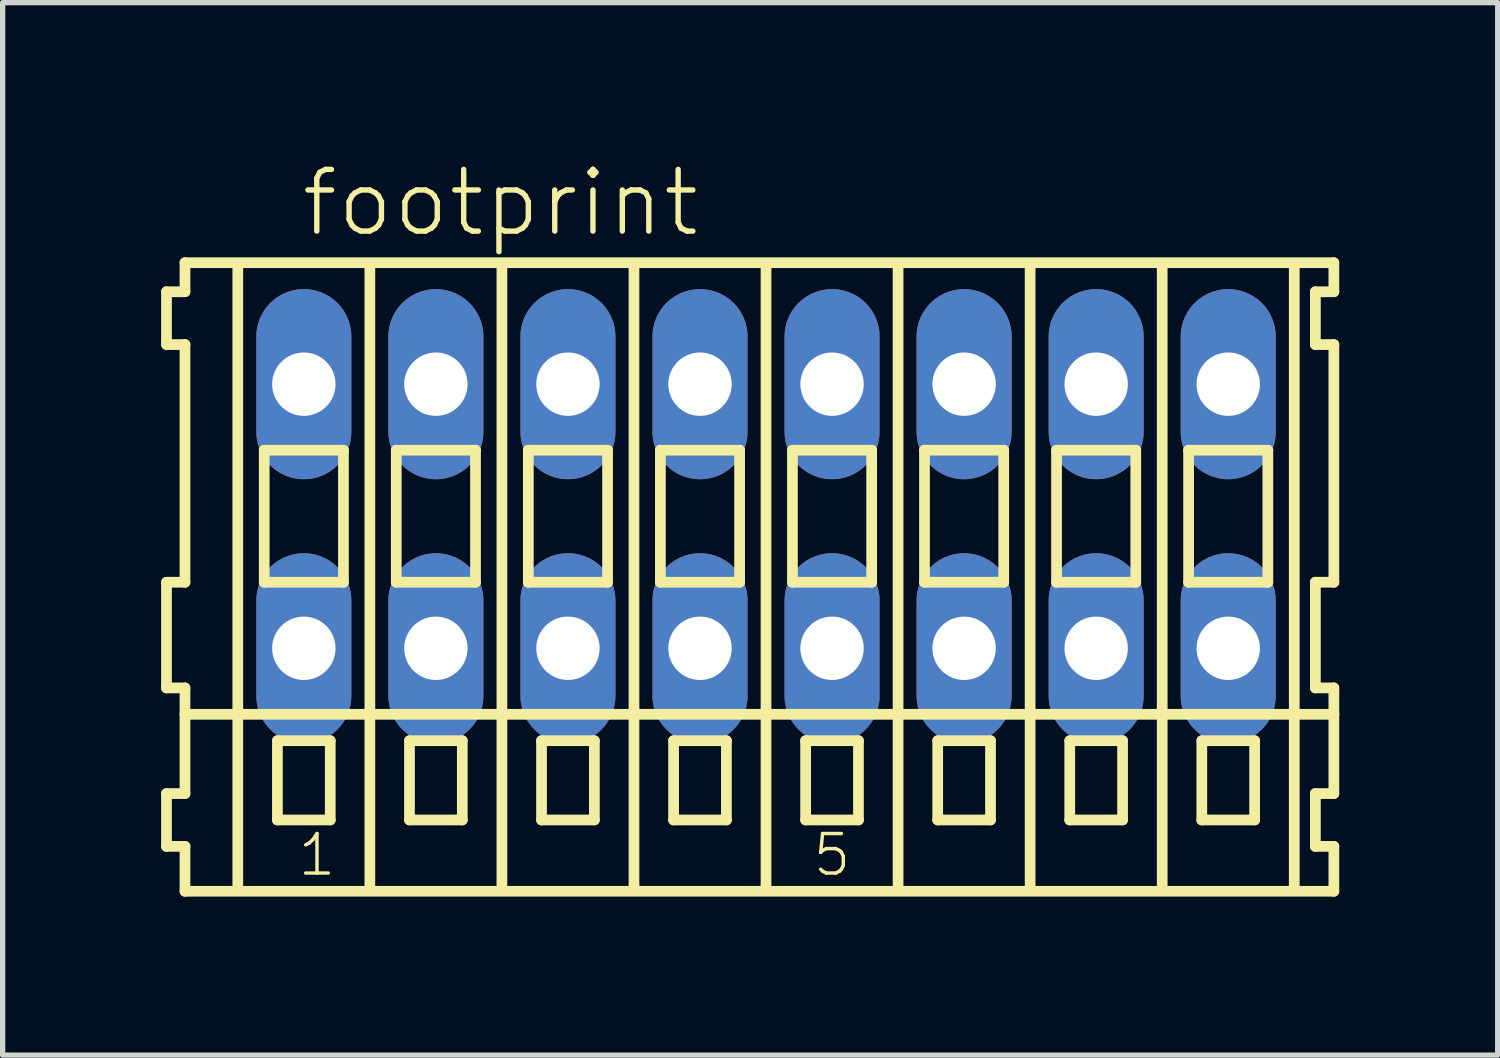
<source format=kicad_pcb>
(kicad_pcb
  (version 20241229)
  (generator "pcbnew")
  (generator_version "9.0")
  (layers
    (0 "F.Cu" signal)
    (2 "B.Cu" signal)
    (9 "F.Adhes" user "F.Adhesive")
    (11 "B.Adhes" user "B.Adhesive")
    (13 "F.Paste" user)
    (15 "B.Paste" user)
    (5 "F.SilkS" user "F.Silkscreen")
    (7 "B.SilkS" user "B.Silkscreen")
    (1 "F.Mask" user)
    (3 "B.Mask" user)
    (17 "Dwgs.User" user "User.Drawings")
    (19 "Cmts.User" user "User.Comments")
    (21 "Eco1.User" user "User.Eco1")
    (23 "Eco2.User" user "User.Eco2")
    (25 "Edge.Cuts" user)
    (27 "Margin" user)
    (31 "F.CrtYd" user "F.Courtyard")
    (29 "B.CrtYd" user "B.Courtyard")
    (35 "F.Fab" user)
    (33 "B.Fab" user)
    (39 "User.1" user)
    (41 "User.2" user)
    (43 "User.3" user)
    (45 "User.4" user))
  (footprint "footprint"
    (layer "F.Cu")
    (at 11.452 6.723)
    (property "Reference" "footprint" (at -8.85 -5.25 0) (layer "F.SilkS") (effects (font (size 1.168 1.168) (thickness 0.102)) (justify left bottom)))
    (fp_line (start -11.35 -4.25) (end -11.35 -3.25) (stroke (width 0.203) (type solid)) (layer "F.SilkS"))
    (fp_line (start -11.35 -3.25) (end -11 -3.25) (stroke (width 0.203) (type solid)) (layer "F.SilkS"))
    (fp_line (start -11.35 1.25) (end -11.35 3.25) (stroke (width 0.203) (type solid)) (layer "F.SilkS"))
    (fp_line (start -11.35 3.25) (end -11 3.25) (stroke (width 0.203) (type solid)) (layer "F.SilkS"))
    (fp_line (start -11.35 5.25) (end -11.35 6.25) (stroke (width 0.203) (type solid)) (layer "F.SilkS"))
    (fp_line (start -11.35 6.25) (end -11 6.25) (stroke (width 0.203) (type solid)) (layer "F.SilkS"))
    (fp_line (start -11 -4.8) (end -11 -4.25) (stroke (width 0.203) (type solid)) (layer "F.SilkS"))
    (fp_line (start -11 -4.25) (end -11.35 -4.25) (stroke (width 0.203) (type solid)) (layer "F.SilkS"))
    (fp_line (start -11 -3.25) (end -11 1.25) (stroke (width 0.203) (type solid)) (layer "F.SilkS"))
    (fp_line (start -11 1.25) (end -11.35 1.25) (stroke (width 0.203) (type solid)) (layer "F.SilkS"))
    (fp_line (start -11 3.25) (end -11 5.25) (stroke (width 0.203) (type solid)) (layer "F.SilkS"))
    (fp_line (start -11 3.75) (end 10.75 3.75) (stroke (width 0.203) (type solid)) (layer "F.SilkS"))
    (fp_line (start -11 5.25) (end -11.35 5.25) (stroke (width 0.203) (type solid)) (layer "F.SilkS"))
    (fp_line (start -11 6.25) (end -11 7.1) (stroke (width 0.203) (type solid)) (layer "F.SilkS"))
    (fp_line (start -11 7.1) (end 10.75 7.1) (stroke (width 0.203) (type solid)) (layer "F.SilkS"))
    (fp_line (start -10 -4.75) (end -10 7) (stroke (width 0.203) (type solid)) (layer "F.SilkS"))
    (fp_line (start -9.5 -1.25) (end -9.5 1.25) (stroke (width 0.203) (type solid)) (layer "F.SilkS"))
    (fp_line (start -9.5 1.25) (end -8 1.25) (stroke (width 0.203) (type solid)) (layer "F.SilkS"))
    (fp_line (start -9.25 4.25) (end -9.25 5.75) (stroke (width 0.203) (type solid)) (layer "F.SilkS"))
    (fp_line (start -9.25 5.75) (end -8.25 5.75) (stroke (width 0.203) (type solid)) (layer "F.SilkS"))
    (fp_line (start -8.25 4.25) (end -9.25 4.25) (stroke (width 0.203) (type solid)) (layer "F.SilkS"))
    (fp_line (start -8.25 5.75) (end -8.25 4.25) (stroke (width 0.203) (type solid)) (layer "F.SilkS"))
    (fp_line (start -8 -1.25) (end -9.5 -1.25) (stroke (width 0.203) (type solid)) (layer "F.SilkS"))
    (fp_line (start -8 1.25) (end -8 -1.25) (stroke (width 0.203) (type solid)) (layer "F.SilkS"))
    (fp_line (start -7.5 -4.75) (end -7.5 7) (stroke (width 0.203) (type solid)) (layer "F.SilkS"))
    (fp_line (start -7 -1.25) (end -7 1.25) (stroke (width 0.203) (type solid)) (layer "F.SilkS"))
    (fp_line (start -7 1.25) (end -5.5 1.25) (stroke (width 0.203) (type solid)) (layer "F.SilkS"))
    (fp_line (start -6.75 4.25) (end -6.75 5.75) (stroke (width 0.203) (type solid)) (layer "F.SilkS"))
    (fp_line (start -6.75 5.75) (end -5.75 5.75) (stroke (width 0.203) (type solid)) (layer "F.SilkS"))
    (fp_line (start -5.75 4.25) (end -6.75 4.25) (stroke (width 0.203) (type solid)) (layer "F.SilkS"))
    (fp_line (start -5.75 5.75) (end -5.75 4.25) (stroke (width 0.203) (type solid)) (layer "F.SilkS"))
    (fp_line (start -5.5 -1.25) (end -7 -1.25) (stroke (width 0.203) (type solid)) (layer "F.SilkS"))
    (fp_line (start -5.5 1.25) (end -5.5 -1.25) (stroke (width 0.203) (type solid)) (layer "F.SilkS"))
    (fp_line (start -5 -4.75) (end -5 7) (stroke (width 0.203) (type solid)) (layer "F.SilkS"))
    (fp_line (start -4.5 -1.25) (end -4.5 1.25) (stroke (width 0.203) (type solid)) (layer "F.SilkS"))
    (fp_line (start -4.5 1.25) (end -3 1.25) (stroke (width 0.203) (type solid)) (layer "F.SilkS"))
    (fp_line (start -4.25 4.25) (end -4.25 5.75) (stroke (width 0.203) (type solid)) (layer "F.SilkS"))
    (fp_line (start -4.25 5.75) (end -3.25 5.75) (stroke (width 0.203) (type solid)) (layer "F.SilkS"))
    (fp_line (start -3.25 4.25) (end -4.25 4.25) (stroke (width 0.203) (type solid)) (layer "F.SilkS"))
    (fp_line (start -3.25 5.75) (end -3.25 4.25) (stroke (width 0.203) (type solid)) (layer "F.SilkS"))
    (fp_line (start -3 -1.25) (end -4.5 -1.25) (stroke (width 0.203) (type solid)) (layer "F.SilkS"))
    (fp_line (start -3 1.25) (end -3 -1.25) (stroke (width 0.203) (type solid)) (layer "F.SilkS"))
    (fp_line (start -2.5 -4.75) (end -2.5 7) (stroke (width 0.203) (type solid)) (layer "F.SilkS"))
    (fp_line (start -2 -1.25) (end -2 1.25) (stroke (width 0.203) (type solid)) (layer "F.SilkS"))
    (fp_line (start -2 1.25) (end -0.5 1.25) (stroke (width 0.203) (type solid)) (layer "F.SilkS"))
    (fp_line (start -1.75 4.25) (end -1.75 5.75) (stroke (width 0.203) (type solid)) (layer "F.SilkS"))
    (fp_line (start -1.75 5.75) (end -0.75 5.75) (stroke (width 0.203) (type solid)) (layer "F.SilkS"))
    (fp_line (start -0.75 4.25) (end -1.75 4.25) (stroke (width 0.203) (type solid)) (layer "F.SilkS"))
    (fp_line (start -0.75 5.75) (end -0.75 4.25) (stroke (width 0.203) (type solid)) (layer "F.SilkS"))
    (fp_line (start -0.5 -1.25) (end -2 -1.25) (stroke (width 0.203) (type solid)) (layer "F.SilkS"))
    (fp_line (start -0.5 1.25) (end -0.5 -1.25) (stroke (width 0.203) (type solid)) (layer "F.SilkS"))
    (fp_line (start 0 -4.75) (end 0 7) (stroke (width 0.203) (type solid)) (layer "F.SilkS"))
    (fp_line (start 0.5 -1.25) (end 0.5 1.25) (stroke (width 0.203) (type solid)) (layer "F.SilkS"))
    (fp_line (start 0.5 1.25) (end 2 1.25) (stroke (width 0.203) (type solid)) (layer "F.SilkS"))
    (fp_line (start 0.75 4.25) (end 0.75 5.75) (stroke (width 0.203) (type solid)) (layer "F.SilkS"))
    (fp_line (start 0.75 5.75) (end 1.75 5.75) (stroke (width 0.203) (type solid)) (layer "F.SilkS"))
    (fp_line (start 1.75 4.25) (end 0.75 4.25) (stroke (width 0.203) (type solid)) (layer "F.SilkS"))
    (fp_line (start 1.75 5.75) (end 1.75 4.25) (stroke (width 0.203) (type solid)) (layer "F.SilkS"))
    (fp_line (start 2 -1.25) (end 0.5 -1.25) (stroke (width 0.203) (type solid)) (layer "F.SilkS"))
    (fp_line (start 2 1.25) (end 2 -1.25) (stroke (width 0.203) (type solid)) (layer "F.SilkS"))
    (fp_line (start 2.5 -4.75) (end 2.5 7) (stroke (width 0.203) (type solid)) (layer "F.SilkS"))
    (fp_line (start 3 -1.25) (end 3 1.25) (stroke (width 0.203) (type solid)) (layer "F.SilkS"))
    (fp_line (start 3 1.25) (end 4.5 1.25) (stroke (width 0.203) (type solid)) (layer "F.SilkS"))
    (fp_line (start 3.25 4.25) (end 3.25 5.75) (stroke (width 0.203) (type solid)) (layer "F.SilkS"))
    (fp_line (start 3.25 5.75) (end 4.25 5.75) (stroke (width 0.203) (type solid)) (layer "F.SilkS"))
    (fp_line (start 4.25 4.25) (end 3.25 4.25) (stroke (width 0.203) (type solid)) (layer "F.SilkS"))
    (fp_line (start 4.25 5.75) (end 4.25 4.25) (stroke (width 0.203) (type solid)) (layer "F.SilkS"))
    (fp_line (start 4.5 -1.25) (end 3 -1.25) (stroke (width 0.203) (type solid)) (layer "F.SilkS"))
    (fp_line (start 4.5 1.25) (end 4.5 -1.25) (stroke (width 0.203) (type solid)) (layer "F.SilkS"))
    (fp_line (start 5 -4.75) (end 5 7) (stroke (width 0.203) (type solid)) (layer "F.SilkS"))
    (fp_line (start 5.5 -1.25) (end 5.5 1.25) (stroke (width 0.203) (type solid)) (layer "F.SilkS"))
    (fp_line (start 5.5 1.25) (end 7 1.25) (stroke (width 0.203) (type solid)) (layer "F.SilkS"))
    (fp_line (start 5.75 4.25) (end 5.75 5.75) (stroke (width 0.203) (type solid)) (layer "F.SilkS"))
    (fp_line (start 5.75 5.75) (end 6.75 5.75) (stroke (width 0.203) (type solid)) (layer "F.SilkS"))
    (fp_line (start 6.75 4.25) (end 5.75 4.25) (stroke (width 0.203) (type solid)) (layer "F.SilkS"))
    (fp_line (start 6.75 5.75) (end 6.75 4.25) (stroke (width 0.203) (type solid)) (layer "F.SilkS"))
    (fp_line (start 7 -1.25) (end 5.5 -1.25) (stroke (width 0.203) (type solid)) (layer "F.SilkS"))
    (fp_line (start 7 1.25) (end 7 -1.25) (stroke (width 0.203) (type solid)) (layer "F.SilkS"))
    (fp_line (start 7.5 -4.75) (end 7.5 7) (stroke (width 0.203) (type solid)) (layer "F.SilkS"))
    (fp_line (start 8 -1.25) (end 8 1.25) (stroke (width 0.203) (type solid)) (layer "F.SilkS"))
    (fp_line (start 8 1.25) (end 9.5 1.25) (stroke (width 0.203) (type solid)) (layer "F.SilkS"))
    (fp_line (start 8.25 4.25) (end 8.25 5.75) (stroke (width 0.203) (type solid)) (layer "F.SilkS"))
    (fp_line (start 8.25 5.75) (end 9.25 5.75) (stroke (width 0.203) (type solid)) (layer "F.SilkS"))
    (fp_line (start 9.25 4.25) (end 8.25 4.25) (stroke (width 0.203) (type solid)) (layer "F.SilkS"))
    (fp_line (start 9.25 5.75) (end 9.25 4.25) (stroke (width 0.203) (type solid)) (layer "F.SilkS"))
    (fp_line (start 9.5 -1.25) (end 8 -1.25) (stroke (width 0.203) (type solid)) (layer "F.SilkS"))
    (fp_line (start 9.5 1.25) (end 9.5 -1.25) (stroke (width 0.203) (type solid)) (layer "F.SilkS"))
    (fp_line (start 10 -4.75) (end 10 7) (stroke (width 0.203) (type solid)) (layer "F.SilkS"))
    (fp_line (start 10.4 -4.25) (end 10.4 -3.25) (stroke (width 0.203) (type solid)) (layer "F.SilkS"))
    (fp_line (start 10.4 -3.25) (end 10.75 -3.25) (stroke (width 0.203) (type solid)) (layer "F.SilkS"))
    (fp_line (start 10.4 1.25) (end 10.4 3.25) (stroke (width 0.203) (type solid)) (layer "F.SilkS"))
    (fp_line (start 10.4 3.25) (end 10.75 3.25) (stroke (width 0.203) (type solid)) (layer "F.SilkS"))
    (fp_line (start 10.4 5.25) (end 10.4 6.25) (stroke (width 0.203) (type solid)) (layer "F.SilkS"))
    (fp_line (start 10.4 6.25) (end 10.75 6.25) (stroke (width 0.203) (type solid)) (layer "F.SilkS"))
    (fp_line (start 10.75 -4.8) (end -11 -4.8) (stroke (width 0.203) (type solid)) (layer "F.SilkS"))
    (fp_line (start 10.75 -4.25) (end 10.4 -4.25) (stroke (width 0.203) (type solid)) (layer "F.SilkS"))
    (fp_line (start 10.75 -4.25) (end 10.75 -4.8) (stroke (width 0.203) (type solid)) (layer "F.SilkS"))
    (fp_line (start 10.75 1.25) (end 10.4 1.25) (stroke (width 0.203) (type solid)) (layer "F.SilkS"))
    (fp_line (start 10.75 1.25) (end 10.75 -3.25) (stroke (width 0.203) (type solid)) (layer "F.SilkS"))
    (fp_line (start 10.75 3.75) (end 10.75 3.25) (stroke (width 0.203) (type solid)) (layer "F.SilkS"))
    (fp_line (start 10.75 5.25) (end 10.4 5.25) (stroke (width 0.203) (type solid)) (layer "F.SilkS"))
    (fp_line (start 10.75 5.25) (end 10.75 3.75) (stroke (width 0.203) (type solid)) (layer "F.SilkS"))
    (fp_line (start 10.75 7.1) (end 10.75 6.25) (stroke (width 0.203) (type solid)) (layer "F.SilkS"))
    (fp_text user "1" (at -8.9 6.85 0) (layer "F.SilkS") (effects (font (size 0.748 0.748) (thickness 0.065)) (justify left bottom)))
    (fp_text user "5" (at 0.85 6.85 0) (layer "F.SilkS") (effects (font (size 0.748 0.748) (thickness 0.065)) (justify left bottom)))
    (pad "A1" thru_hole oval (at -8.75 -2.5 90) (size 3.6 1.8) (drill 1.2) (layers "*.Cu" "*.Mask"))
    (pad "A2" thru_hole oval (at -6.25 -2.5 90) (size 3.6 1.8) (drill 1.2) (layers "*.Cu" "*.Mask"))
    (pad "A3" thru_hole oval (at -3.75 -2.5 90) (size 3.6 1.8) (drill 1.2) (layers "*.Cu" "*.Mask"))
    (pad "A4" thru_hole oval (at -1.25 -2.5 90) (size 3.6 1.8) (drill 1.2) (layers "*.Cu" "*.Mask"))
    (pad "A5" thru_hole oval (at 1.25 -2.5 90) (size 3.6 1.8) (drill 1.2) (layers "*.Cu" "*.Mask"))
    (pad "A6" thru_hole oval (at 3.75 -2.5 90) (size 3.6 1.8) (drill 1.2) (layers "*.Cu" "*.Mask"))
    (pad "A7" thru_hole oval (at 6.25 -2.5 90) (size 3.6 1.8) (drill 1.2) (layers "*.Cu" "*.Mask"))
    (pad "A8" thru_hole oval (at 8.75 -2.5 90) (size 3.6 1.8) (drill 1.2) (layers "*.Cu" "*.Mask"))
    (pad "B1" thru_hole oval (at -8.75 2.5 90) (size 3.6 1.8) (drill 1.2) (layers "*.Cu" "*.Mask"))
    (pad "B2" thru_hole oval (at -6.25 2.5 90) (size 3.6 1.8) (drill 1.2) (layers "*.Cu" "*.Mask"))
    (pad "B3" thru_hole oval (at -3.75 2.5 90) (size 3.6 1.8) (drill 1.2) (layers "*.Cu" "*.Mask"))
    (pad "B4" thru_hole oval (at -1.25 2.5 90) (size 3.6 1.8) (drill 1.2) (layers "*.Cu" "*.Mask"))
    (pad "B5" thru_hole oval (at 1.25 2.5 90) (size 3.6 1.8) (drill 1.2) (layers "*.Cu" "*.Mask"))
    (pad "B6" thru_hole oval (at 3.75 2.5 90) (size 3.6 1.8) (drill 1.2) (layers "*.Cu" "*.Mask"))
    (pad "B7" thru_hole oval (at 6.25 2.5 90) (size 3.6 1.8) (drill 1.2) (layers "*.Cu" "*.Mask"))
    (pad "B8" thru_hole oval (at 8.75 2.5 90) (size 3.6 1.8) (drill 1.2) (layers "*.Cu" "*.Mask")))
  (gr_rect
    (start -3 -3)
    (end 25.303 16.925)
    (stroke (width 0.1) (type default))
    (fill no)
    (layer "Edge.Cuts")))
</source>
